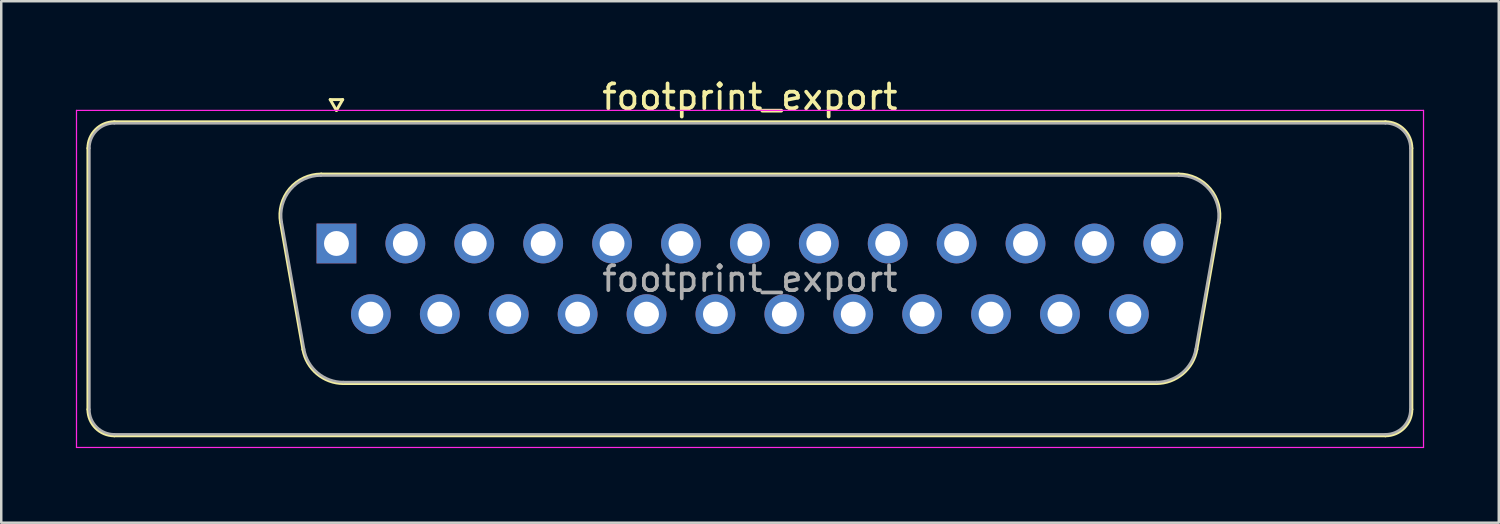
<source format=kicad_pcb>
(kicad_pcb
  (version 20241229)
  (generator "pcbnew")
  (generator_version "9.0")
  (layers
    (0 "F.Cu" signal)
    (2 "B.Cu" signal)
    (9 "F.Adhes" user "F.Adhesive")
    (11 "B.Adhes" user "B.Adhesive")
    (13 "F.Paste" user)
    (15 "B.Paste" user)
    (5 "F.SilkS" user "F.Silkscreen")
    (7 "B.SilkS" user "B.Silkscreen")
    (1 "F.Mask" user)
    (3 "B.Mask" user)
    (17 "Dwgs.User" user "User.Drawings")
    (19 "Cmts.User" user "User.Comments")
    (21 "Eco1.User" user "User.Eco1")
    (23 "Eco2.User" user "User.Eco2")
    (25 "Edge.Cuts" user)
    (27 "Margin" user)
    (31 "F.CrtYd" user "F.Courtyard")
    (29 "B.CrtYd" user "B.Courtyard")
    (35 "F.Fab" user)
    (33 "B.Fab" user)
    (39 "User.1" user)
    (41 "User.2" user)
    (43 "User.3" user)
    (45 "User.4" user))
  (footprint "footprint_export"
    (layer "F.Cu")
    (at 10.475 6.738)
    (property "Reference" "footprint_export" (at 16.62 -5.89 0) (layer "F.SilkS") (effects (font (size 1 1) (thickness 0.15))))
    (attr through_hole)
    (fp_line (start -9.99 6.67) (end -9.99 -3.83) (stroke (width 0.12) (type solid)) (layer "F.SilkS"))
    (fp_line (start -8.93 -4.89) (end 42.17 -4.89) (stroke (width 0.12) (type solid)) (layer "F.SilkS"))
    (fp_line (start -2.246 -0.842) (end -1.347 4.258) (stroke (width 0.12) (type solid)) (layer "F.SilkS"))
    (fp_line (start -0.612 -2.79) (end 33.852 -2.79) (stroke (width 0.12) (type solid)) (layer "F.SilkS"))
    (fp_line (start -0.25 -5.784) (end 0.25 -5.784) (stroke (width 0.12) (type solid)) (layer "F.SilkS"))
    (fp_line (start 0 -5.351) (end -0.25 -5.784) (stroke (width 0.12) (type solid)) (layer "F.SilkS"))
    (fp_line (start 0.25 -5.784) (end 0 -5.351) (stroke (width 0.12) (type solid)) (layer "F.SilkS"))
    (fp_line (start 0.288 5.63) (end 32.952 5.63) (stroke (width 0.12) (type solid)) (layer "F.SilkS"))
    (fp_line (start 35.486 -0.842) (end 34.587 4.258) (stroke (width 0.12) (type solid)) (layer "F.SilkS"))
    (fp_line (start 42.17 7.73) (end -8.93 7.73) (stroke (width 0.12) (type solid)) (layer "F.SilkS"))
    (fp_line (start 43.23 -3.83) (end 43.23 6.67) (stroke (width 0.12) (type solid)) (layer "F.SilkS"))
    (fp_arc (start -9.99 -3.83) (mid -9.679533 -4.579533) (end -8.93 -4.89) (stroke (width 0.12) (type solid)) (layer "F.SilkS"))
    (fp_arc (start -8.93 7.73) (mid -9.679533 7.419533) (end -9.99 6.67) (stroke (width 0.12) (type solid)) (layer "F.SilkS"))
    (fp_arc (start -2.24647 -0.841744) (mid -1.883323 -2.197028) (end -0.611689 -2.79) (stroke (width 0.12) (type solid)) (layer "F.SilkS"))
    (fp_arc (start 0.287579 5.63) (mid -0.779448 5.241634) (end -1.347202 4.258256) (stroke (width 0.12) (type solid)) (layer "F.SilkS"))
    (fp_arc (start 33.851689 -2.79) (mid 35.123323 -2.197027) (end 35.48647 -0.841744) (stroke (width 0.12) (type solid)) (layer "F.SilkS"))
    (fp_arc (start 34.587202 4.258256) (mid 34.019449 5.241634) (end 32.952421 5.63) (stroke (width 0.12) (type solid)) (layer "F.SilkS"))
    (fp_arc (start 42.17 -4.89) (mid 42.919533 -4.579533) (end 43.23 -3.83) (stroke (width 0.12) (type solid)) (layer "F.SilkS"))
    (fp_arc (start 43.23 6.67) (mid 42.919533 7.419533) (end 42.17 7.73) (stroke (width 0.12) (type solid)) (layer "F.SilkS"))
    (fp_line (start -10.45 -5.35) (end -10.45 8.2) (stroke (width 0.05) (type solid)) (layer "F.CrtYd"))
    (fp_line (start -10.45 8.2) (end 43.7 8.2) (stroke (width 0.05) (type solid)) (layer "F.CrtYd"))
    (fp_line (start 43.7 -5.35) (end -10.45 -5.35) (stroke (width 0.05) (type solid)) (layer "F.CrtYd"))
    (fp_line (start 43.7 8.2) (end 43.7 -5.35) (stroke (width 0.05) (type solid)) (layer "F.CrtYd"))
    (fp_line (start -9.93 6.67) (end -9.93 -3.83) (stroke (width 0.1) (type solid)) (layer "F.Fab"))
    (fp_line (start -8.93 -4.83) (end 42.17 -4.83) (stroke (width 0.1) (type solid)) (layer "F.Fab"))
    (fp_line (start -2.199 -0.852) (end -1.3 4.248) (stroke (width 0.1) (type solid)) (layer "F.Fab"))
    (fp_line (start -0.623 -2.73) (end 33.863 -2.73) (stroke (width 0.1) (type solid)) (layer "F.Fab"))
    (fp_line (start 0.276 5.57) (end 32.964 5.57) (stroke (width 0.1) (type solid)) (layer "F.Fab"))
    (fp_line (start 35.439 -0.852) (end 34.54 4.248) (stroke (width 0.1) (type solid)) (layer "F.Fab"))
    (fp_line (start 42.17 7.67) (end -8.93 7.67) (stroke (width 0.1) (type solid)) (layer "F.Fab"))
    (fp_line (start 43.17 -3.83) (end 43.17 6.67) (stroke (width 0.1) (type solid)) (layer "F.Fab"))
    (fp_arc (start -9.93 -3.83) (mid -9.637107 -4.537107) (end -8.93 -4.83) (stroke (width 0.1) (type solid)) (layer "F.Fab"))
    (fp_arc (start -8.93 7.67) (mid -9.637107 7.377107) (end -9.93 6.67) (stroke (width 0.1) (type solid)) (layer "F.Fab"))
    (fp_arc (start -2.198886 -0.852163) (mid -1.848865 -2.15846) (end -0.623194 -2.73) (stroke (width 0.1) (type solid)) (layer "F.Fab"))
    (fp_arc (start 0.276073 5.57) (mid -0.752387 5.195671) (end -1.299619 4.247837) (stroke (width 0.1) (type solid)) (layer "F.Fab"))
    (fp_arc (start 33.863194 -2.73) (mid 35.088865 -2.15846) (end 35.438886 -0.852163) (stroke (width 0.1) (type solid)) (layer "F.Fab"))
    (fp_arc (start 34.539619 4.247837) (mid 33.992387 5.195671) (end 32.963927 5.57) (stroke (width 0.1) (type solid)) (layer "F.Fab"))
    (fp_arc (start 42.17 -4.83) (mid 42.877107 -4.537107) (end 43.17 -3.83) (stroke (width 0.1) (type solid)) (layer "F.Fab"))
    (fp_arc (start 43.17 6.67) (mid 42.877107 7.377107) (end 42.17 7.67) (stroke (width 0.1) (type solid)) (layer "F.Fab"))
    (fp_text user "${REFERENCE}" (at 16.62 1.42 0) (layer "F.Fab") (effects (font (size 1 1) (thickness 0.15))))
    (pad "1" thru_hole rect (at 0 0) (size 1.6 1.6) (drill 1) (layers "*.Cu" "*.Mask"))
    (pad "2" thru_hole circle (at 2.77 0) (size 1.6 1.6) (drill 1) (layers "*.Cu" "*.Mask"))
    (pad "3" thru_hole circle (at 5.54 0) (size 1.6 1.6) (drill 1) (layers "*.Cu" "*.Mask"))
    (pad "4" thru_hole circle (at 8.31 0) (size 1.6 1.6) (drill 1) (layers "*.Cu" "*.Mask"))
    (pad "5" thru_hole circle (at 11.08 0) (size 1.6 1.6) (drill 1) (layers "*.Cu" "*.Mask"))
    (pad "6" thru_hole circle (at 13.85 0) (size 1.6 1.6) (drill 1) (layers "*.Cu" "*.Mask"))
    (pad "7" thru_hole circle (at 16.62 0) (size 1.6 1.6) (drill 1) (layers "*.Cu" "*.Mask"))
    (pad "8" thru_hole circle (at 19.39 0) (size 1.6 1.6) (drill 1) (layers "*.Cu" "*.Mask"))
    (pad "9" thru_hole circle (at 22.16 0) (size 1.6 1.6) (drill 1) (layers "*.Cu" "*.Mask"))
    (pad "10" thru_hole circle (at 24.93 0) (size 1.6 1.6) (drill 1) (layers "*.Cu" "*.Mask"))
    (pad "11" thru_hole circle (at 27.7 0) (size 1.6 1.6) (drill 1) (layers "*.Cu" "*.Mask"))
    (pad "12" thru_hole circle (at 30.47 0) (size 1.6 1.6) (drill 1) (layers "*.Cu" "*.Mask"))
    (pad "13" thru_hole circle (at 33.24 0) (size 1.6 1.6) (drill 1) (layers "*.Cu" "*.Mask"))
    (pad "14" thru_hole circle (at 1.385 2.84) (size 1.6 1.6) (drill 1) (layers "*.Cu" "*.Mask"))
    (pad "15" thru_hole circle (at 4.155 2.84) (size 1.6 1.6) (drill 1) (layers "*.Cu" "*.Mask"))
    (pad "16" thru_hole circle (at 6.925 2.84) (size 1.6 1.6) (drill 1) (layers "*.Cu" "*.Mask"))
    (pad "17" thru_hole circle (at 9.695 2.84) (size 1.6 1.6) (drill 1) (layers "*.Cu" "*.Mask"))
    (pad "18" thru_hole circle (at 12.465 2.84) (size 1.6 1.6) (drill 1) (layers "*.Cu" "*.Mask"))
    (pad "19" thru_hole circle (at 15.235 2.84) (size 1.6 1.6) (drill 1) (layers "*.Cu" "*.Mask"))
    (pad "20" thru_hole circle (at 18.005 2.84) (size 1.6 1.6) (drill 1) (layers "*.Cu" "*.Mask"))
    (pad "21" thru_hole circle (at 20.775 2.84) (size 1.6 1.6) (drill 1) (layers "*.Cu" "*.Mask"))
    (pad "22" thru_hole circle (at 23.545 2.84) (size 1.6 1.6) (drill 1) (layers "*.Cu" "*.Mask"))
    (pad "23" thru_hole circle (at 26.315 2.84) (size 1.6 1.6) (drill 1) (layers "*.Cu" "*.Mask"))
    (pad "24" thru_hole circle (at 29.085 2.84) (size 1.6 1.6) (drill 1) (layers "*.Cu" "*.Mask"))
    (pad "25" thru_hole circle (at 31.855 2.84) (size 1.6 1.6) (drill 1) (layers "*.Cu" "*.Mask")))
  (gr_rect
    (start -3 -3)
    (end 57.2 17.963)
    (stroke (width 0.1) (type default))
    (fill no)
    (layer "Edge.Cuts")))
</source>
